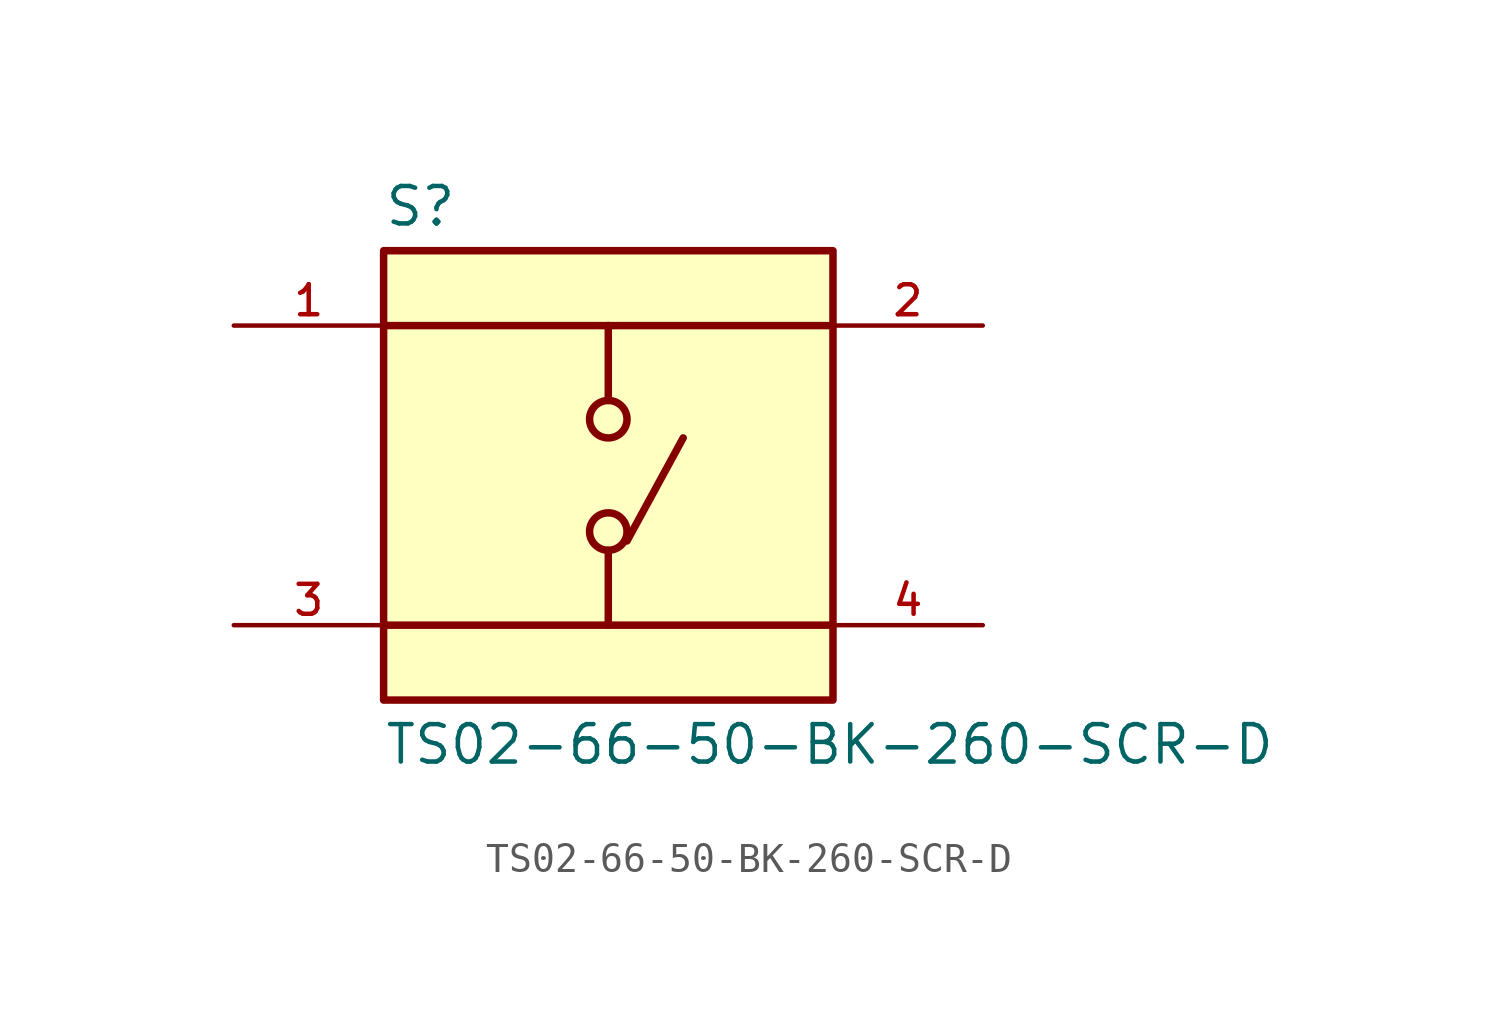
<source format=kicad_sym>
(kicad_symbol_lib
  (version 20211014)
  (generator kicad_symbol_editor)
  (symbol "TS02-66-50-BK-260-SCR-D"
    (pin_names
      (offset 1.016))
    (property "Reference" "S"
      (at -7.62 8.382 0)
      (effects (font (size 1.27 1.27)) (justify bottom left)))
    (property "Value" "TS02-66-50-BK-260-SCR-D"
      (at -7.62 -8.382 0)
      (effects (font (size 1.27 1.27)) (justify top left)))
    (symbol "TS02-66-50-BK-260-SCR-D_0_0"
      (polyline (pts (xy 0.0 5.08) (xy 0.0 2.54)) (stroke (width 0.254)))
      (polyline (pts (xy 0.0 -2.54) (xy 0.0 -5.08)) (stroke (width 0.254)))
      (polyline (pts (xy 0.0 5.08) (xy -7.62 5.08)) (stroke (width 0.254)))
      (polyline (pts (xy 0.0 5.08) (xy 7.62 5.08)) (stroke (width 0.254)))
      (polyline (pts (xy 0.0 -5.08) (xy -7.62 -5.08)) (stroke (width 0.254)))
      (polyline (pts (xy 0.0 -5.08) (xy 7.62 -5.08)) (stroke (width 0.254)))
      (circle (center 0.0 -1.905) (radius 0.635) (stroke (width 0.254)) (fill (type none)))
      (circle (center 0.0 1.905) (radius 0.635) (stroke (width 0.254)) (fill (type none)))
      (polyline (pts (xy 0.635 -2.223) (xy 2.54 1.27)) (stroke (width 0.254)))
      (rectangle (start -7.62 -7.62) (end 7.62 7.62) (stroke (width 0.254)) (fill (type background)))
      (pin passive line (at -12.7 5.08 0) (length 5.08) (name "~" (effects (font (size 1.016 1.016)))) (number "1" (effects (font (size 1.016 1.016)))))
      (pin passive line (at -12.7 -5.08 0) (length 5.08) (name "~" (effects (font (size 1.016 1.016)))) (number "3" (effects (font (size 1.016 1.016)))))
      (pin passive line (at 12.7 5.08 180.0) (length 5.08) (name "~" (effects (font (size 1.016 1.016)))) (number "2" (effects (font (size 1.016 1.016)))))
      (pin passive line (at 12.7 -5.08 180.0) (length 5.08) (name "~" (effects (font (size 1.016 1.016)))) (number "4" (effects (font (size 1.016 1.016))))))))
</source>
